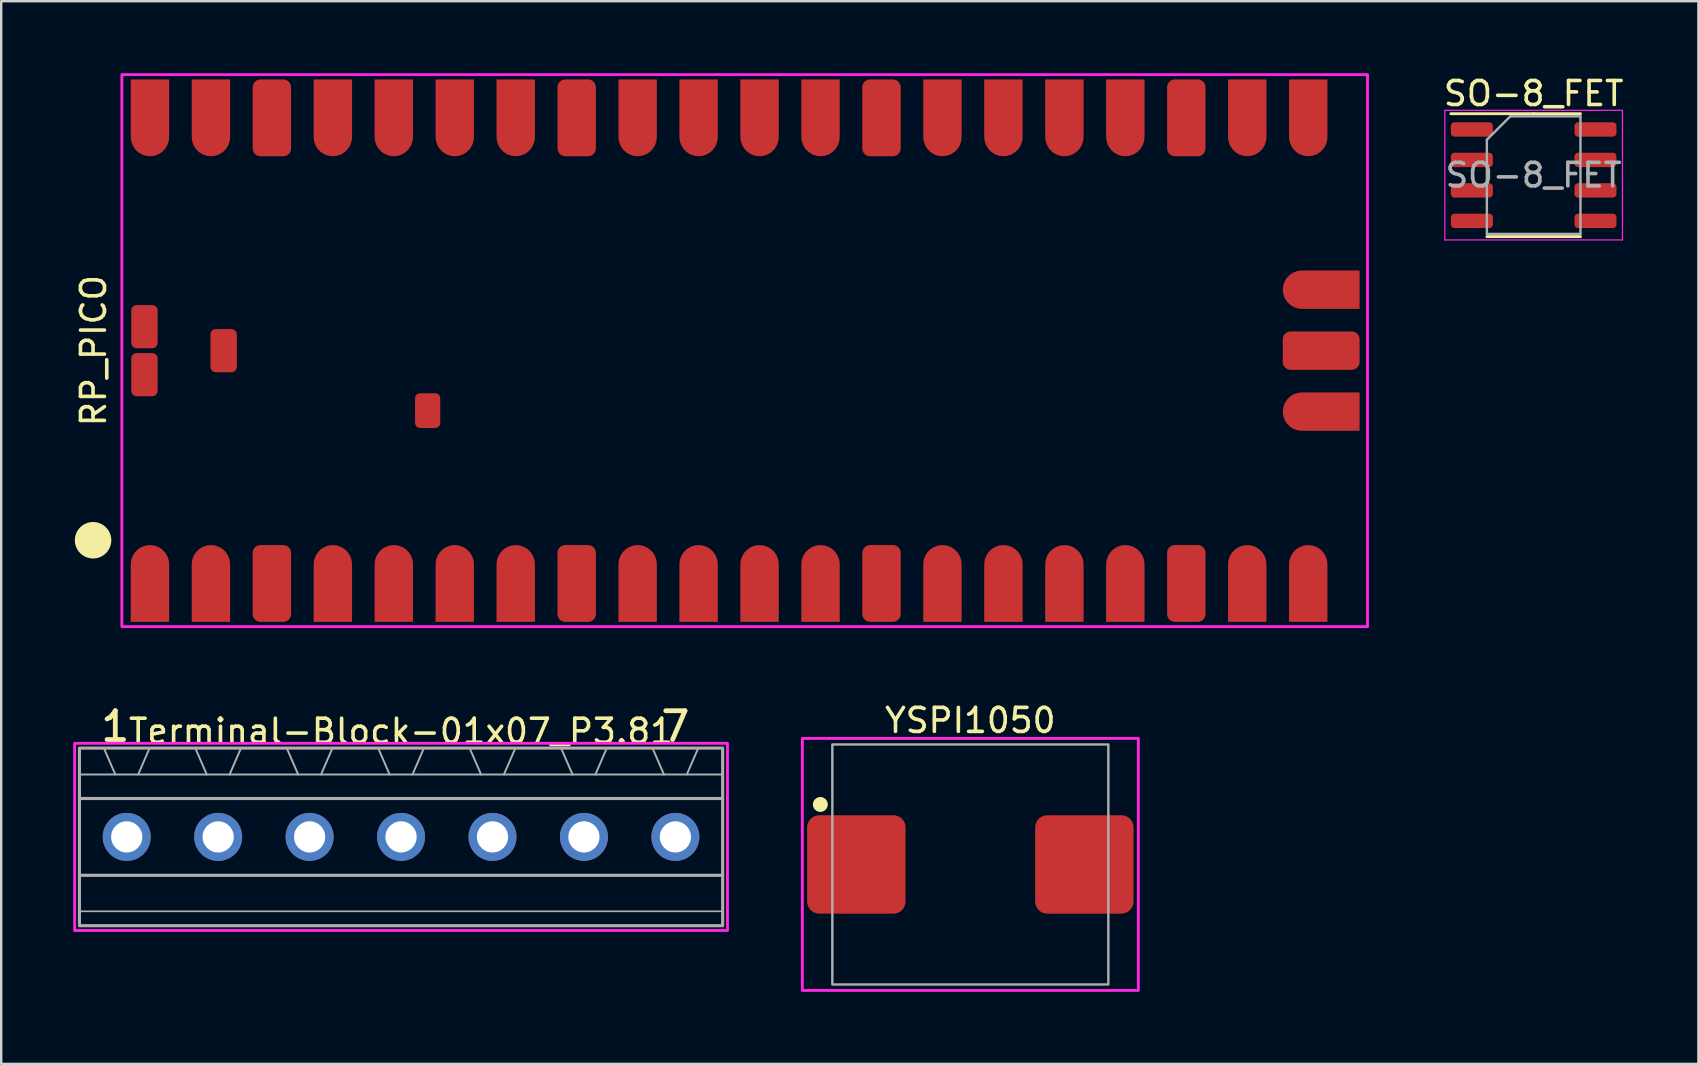
<source format=kicad_pcb>
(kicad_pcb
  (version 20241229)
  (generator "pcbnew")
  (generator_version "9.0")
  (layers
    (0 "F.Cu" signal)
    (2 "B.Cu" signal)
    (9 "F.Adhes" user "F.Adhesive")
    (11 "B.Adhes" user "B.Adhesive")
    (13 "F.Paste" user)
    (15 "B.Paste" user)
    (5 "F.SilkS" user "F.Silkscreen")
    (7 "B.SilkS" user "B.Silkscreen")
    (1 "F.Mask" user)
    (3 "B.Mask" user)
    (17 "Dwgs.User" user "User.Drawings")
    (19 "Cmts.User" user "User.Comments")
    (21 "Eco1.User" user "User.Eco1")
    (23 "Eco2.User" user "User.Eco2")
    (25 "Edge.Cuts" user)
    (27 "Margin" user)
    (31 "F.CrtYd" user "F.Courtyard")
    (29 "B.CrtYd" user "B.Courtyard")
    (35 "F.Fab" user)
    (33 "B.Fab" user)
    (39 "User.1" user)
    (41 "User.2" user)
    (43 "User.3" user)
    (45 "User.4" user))
  (footprint "Terminal-Block-01x07_P3.81"
    (layer "F.Cu")
    (at 13.66 31.82)
    (property "Reference" "Terminal-Block-01x07_P3.81" (at 0 -4.4 0) (unlocked yes) (layer "F.SilkS") (effects (font (size 1 1) (thickness 0.15))))
    (attr through_hole)
    (fp_rect (start 13.6 -3.9) (end -13.6 3.9) (stroke (width 0.12) (type default)) (fill no) (layer "F.CrtYd"))
    (fp_line (start -13.4 -2.6) (end 13.4 -2.6) (stroke (width 0.08) (type default)) (layer "F.Fab"))
    (fp_line (start -13.4 3.1) (end 13.4 3.1) (stroke (width 0.07) (type default)) (layer "F.Fab"))
    (fp_line (start -12.383 -3.7) (end -11.906 -2.6) (stroke (width 0.08) (type default)) (layer "F.Fab"))
    (fp_line (start -10.954 -2.6) (end -10.477 -3.7) (stroke (width 0.08) (type default)) (layer "F.Fab"))
    (fp_line (start -8.572 -3.7) (end -8.096 -2.6) (stroke (width 0.08) (type default)) (layer "F.Fab"))
    (fp_line (start -7.144 -2.6) (end -6.668 -3.7) (stroke (width 0.08) (type default)) (layer "F.Fab"))
    (fp_line (start -4.763 -3.7) (end -4.286 -2.6) (stroke (width 0.08) (type default)) (layer "F.Fab"))
    (fp_line (start -3.334 -2.6) (end -2.857 -3.7) (stroke (width 0.08) (type default)) (layer "F.Fab"))
    (fp_line (start -0.953 -3.7) (end -0.476 -2.6) (stroke (width 0.08) (type default)) (layer "F.Fab"))
    (fp_line (start 0.476 -2.6) (end 0.953 -3.7) (stroke (width 0.08) (type default)) (layer "F.Fab"))
    (fp_line (start 2.857 -3.7) (end 3.334 -2.6) (stroke (width 0.08) (type default)) (layer "F.Fab"))
    (fp_line (start 4.286 -2.6) (end 4.763 -3.7) (stroke (width 0.08) (type default)) (layer "F.Fab"))
    (fp_line (start 6.668 -3.7) (end 7.144 -2.6) (stroke (width 0.08) (type default)) (layer "F.Fab"))
    (fp_line (start 8.096 -2.6) (end 8.572 -3.7) (stroke (width 0.08) (type default)) (layer "F.Fab"))
    (fp_line (start 10.477 -3.7) (end 10.954 -2.6) (stroke (width 0.08) (type default)) (layer "F.Fab"))
    (fp_line (start 11.906 -2.6) (end 12.383 -3.7) (stroke (width 0.08) (type default)) (layer "F.Fab"))
    (fp_line (start 13.4 -1.6) (end -13.4 -1.6) (stroke (width 0.13) (type default)) (layer "F.Fab"))
    (fp_line (start 13.4 1.6) (end -13.4 1.6) (stroke (width 0.13) (type default)) (layer "F.Fab"))
    (fp_rect (start -13.4 -3.7) (end 13.4 3.7) (stroke (width 0.13) (type default)) (fill no) (layer "F.Fab"))
    (fp_text user "7" (at 11.43 -3.9 0) (unlocked yes) (layer "F.SilkS") (effects (font (size 1.2 1.2) (thickness 0.2) (bold yes)) (justify bottom)))
    (fp_text user "1" (at -11.906 -3.9 0) (unlocked yes) (layer "F.SilkS") (effects (font (size 1.2 1.2) (thickness 0.2) (bold yes)) (justify bottom)))
    (pad "1" thru_hole circle (at -11.43 0) (size 2 2) (drill 1.3) (layers "*.Cu" "*.Mask"))
    (pad "2" thru_hole circle (at -7.62 0) (size 2 2) (drill 1.3) (layers "*.Cu" "*.Mask"))
    (pad "3" thru_hole circle (at -3.81 0) (size 2 2) (drill 1.3) (layers "*.Cu" "*.Mask"))
    (pad "4" thru_hole circle (at 0 0) (size 2 2) (drill 1.3) (layers "*.Cu" "*.Mask"))
    (pad "5" thru_hole circle (at 3.81 0) (size 2 2) (drill 1.3) (layers "*.Cu" "*.Mask"))
    (pad "6" thru_hole circle (at 7.62 0) (size 2 2) (drill 1.3) (layers "*.Cu" "*.Mask"))
    (pad "7" thru_hole circle (at 11.43 0) (size 2 2) (drill 1.3) (layers "*.Cu" "*.Mask")))
  (footprint "SO-8_FET"
    (layer "F.Cu")
    (at 60.851 4.248)
    (property "Reference" "SO-8_FET" (at 0 -3.4 0) (layer "F.SilkS") (effects (font (size 1 1) (thickness 0.15))))
    (attr smd)
    (fp_line (start 0 -2.56) (end -3.45 -2.56) (stroke (width 0.12) (type solid)) (layer "F.SilkS"))
    (fp_line (start 0 -2.56) (end 1.95 -2.56) (stroke (width 0.12) (type solid)) (layer "F.SilkS"))
    (fp_line (start 0 2.56) (end -1.95 2.56) (stroke (width 0.12) (type solid)) (layer "F.SilkS"))
    (fp_line (start 0 2.56) (end 1.95 2.56) (stroke (width 0.12) (type solid)) (layer "F.SilkS"))
    (fp_line (start -3.7 -2.7) (end -3.7 2.7) (stroke (width 0.05) (type solid)) (layer "F.CrtYd"))
    (fp_line (start -3.7 2.7) (end 3.7 2.7) (stroke (width 0.05) (type solid)) (layer "F.CrtYd"))
    (fp_line (start 3.7 -2.7) (end -3.7 -2.7) (stroke (width 0.05) (type solid)) (layer "F.CrtYd"))
    (fp_line (start 3.7 2.7) (end 3.7 -2.7) (stroke (width 0.05) (type solid)) (layer "F.CrtYd"))
    (fp_line (start -1.95 -1.475) (end -0.975 -2.45) (stroke (width 0.1) (type solid)) (layer "F.Fab"))
    (fp_line (start -1.95 2.45) (end -1.95 -1.475) (stroke (width 0.1) (type solid)) (layer "F.Fab"))
    (fp_line (start -0.975 -2.45) (end 1.95 -2.45) (stroke (width 0.1) (type solid)) (layer "F.Fab"))
    (fp_line (start 1.95 -2.45) (end 1.95 2.45) (stroke (width 0.1) (type solid)) (layer "F.Fab"))
    (fp_line (start 1.95 2.45) (end -1.95 2.45) (stroke (width 0.1) (type solid)) (layer "F.Fab"))
    (fp_text user "${REFERENCE}" (at 0 0 0) (layer "F.Fab") (effects (font (size 0.98 0.98) (thickness 0.15))))
    (pad "1" smd roundrect (at -2.575 -1.905) (size 1.75 0.6) (layers "F.Cu" "F.Mask" "F.Paste") (roundrect_rratio 0.25))
    (pad "1" smd roundrect (at -2.575 -0.635) (size 1.75 0.6) (layers "F.Cu" "F.Mask" "F.Paste") (roundrect_rratio 0.25))
    (pad "1" smd roundrect (at -2.575 0.635) (size 1.75 0.6) (layers "F.Cu" "F.Mask" "F.Paste") (roundrect_rratio 0.25))
    (pad "4" smd roundrect (at -2.575 1.905) (size 1.75 0.6) (layers "F.Cu" "F.Mask" "F.Paste") (roundrect_rratio 0.25))
    (pad "5" smd roundrect (at 2.575 -1.905) (size 1.75 0.6) (layers "F.Cu" "F.Mask" "F.Paste") (roundrect_rratio 0.25))
    (pad "5" smd roundrect (at 2.575 -0.635) (size 1.75 0.6) (layers "F.Cu" "F.Mask" "F.Paste") (roundrect_rratio 0.25))
    (pad "5" smd roundrect (at 2.575 0.635) (size 1.75 0.6) (layers "F.Cu" "F.Mask" "F.Paste") (roundrect_rratio 0.25))
    (pad "5" smd roundrect (at 2.575 1.905) (size 1.75 0.6) (layers "F.Cu" "F.Mask" "F.Paste") (roundrect_rratio 0.25)))
  (footprint "RP_PICO"
    (layer "F.Cu")
    (at 27.328 11.56)
    (property "Reference" "RP_PICO" (at -26.48 0 90) (layer "F.SilkS") (effects (font (size 1 1) (thickness 0.15))))
    (attr through_hole)
    (fp_circle (center -26.5 7.9) (end -25.8 7.9) (stroke (width 0.12) (type solid)) (fill yes) (layer "F.SilkS"))
    (fp_rect (start -25.3 -11.5) (end 26.6 11.5) (stroke (width 0.12) (type solid)) (fill no) (layer "F.CrtYd"))
    (pad "1" smd roundrect (at -24.13 9.7 180) (size 1.6 3.2) (layers "F.Cu" "F.Mask" "F.Paste") (roundrect_rratio 0.5) (chamfer_ratio 0) (chamfer top_left top_right))
    (pad "2" smd roundrect (at -21.59 9.7 180) (size 1.6 3.2) (layers "F.Cu" "F.Mask" "F.Paste") (roundrect_rratio 0.5) (chamfer_ratio 0) (chamfer top_left top_right))
    (pad "3" smd roundrect (at -19.05 9.7 180) (size 1.6 3.2) (layers "F.Cu" "F.Mask" "F.Paste") (roundrect_rratio 0.2))
    (pad "4" smd roundrect (at -16.51 9.7 180) (size 1.6 3.2) (layers "F.Cu" "F.Mask" "F.Paste") (roundrect_rratio 0.5) (chamfer_ratio 0) (chamfer top_left top_right))
    (pad "5" smd roundrect (at -13.97 9.7 180) (size 1.6 3.2) (layers "F.Cu" "F.Mask" "F.Paste") (roundrect_rratio 0.5) (chamfer_ratio 0) (chamfer top_left top_right))
    (pad "6" smd roundrect (at -11.43 9.7 180) (size 1.6 3.2) (layers "F.Cu" "F.Mask" "F.Paste") (roundrect_rratio 0.5) (chamfer_ratio 0) (chamfer top_left top_right))
    (pad "7" smd roundrect (at -8.89 9.7 180) (size 1.6 3.2) (layers "F.Cu" "F.Mask" "F.Paste") (roundrect_rratio 0.5) (chamfer_ratio 0) (chamfer top_left top_right))
    (pad "8" smd roundrect (at -6.35 9.7 180) (size 1.6 3.2) (layers "F.Cu" "F.Mask" "F.Paste") (roundrect_rratio 0.2))
    (pad "9" smd roundrect (at -3.81 9.7 180) (size 1.6 3.2) (layers "F.Cu" "F.Mask" "F.Paste") (roundrect_rratio 0.5) (chamfer_ratio 0) (chamfer top_left top_right))
    (pad "10" smd roundrect (at -1.27 9.7 180) (size 1.6 3.2) (layers "F.Cu" "F.Mask" "F.Paste") (roundrect_rratio 0.5) (chamfer_ratio 0) (chamfer top_left top_right))
    (pad "11" smd roundrect (at 1.27 9.7 180) (size 1.6 3.2) (layers "F.Cu" "F.Mask" "F.Paste") (roundrect_rratio 0.5) (chamfer_ratio 0) (chamfer top_left top_right))
    (pad "12" smd roundrect (at 3.81 9.7 180) (size 1.6 3.2) (layers "F.Cu" "F.Mask" "F.Paste") (roundrect_rratio 0.5) (chamfer_ratio 0) (chamfer top_left top_right))
    (pad "13" smd roundrect (at 6.35 9.7 180) (size 1.6 3.2) (layers "F.Cu" "F.Mask" "F.Paste") (roundrect_rratio 0.2))
    (pad "14" smd roundrect (at 8.89 9.7 180) (size 1.6 3.2) (layers "F.Cu" "F.Mask" "F.Paste") (roundrect_rratio 0.5) (chamfer_ratio 0) (chamfer top_left top_right))
    (pad "15" smd roundrect (at 11.43 9.7 180) (size 1.6 3.2) (layers "F.Cu" "F.Mask" "F.Paste") (roundrect_rratio 0.5) (chamfer_ratio 0) (chamfer top_left top_right))
    (pad "16" smd roundrect (at 13.97 9.7 180) (size 1.6 3.2) (layers "F.Cu" "F.Mask" "F.Paste") (roundrect_rratio 0.5) (chamfer_ratio 0) (chamfer top_left top_right))
    (pad "17" smd roundrect (at 16.51 9.7 180) (size 1.6 3.2) (layers "F.Cu" "F.Mask" "F.Paste") (roundrect_rratio 0.5) (chamfer_ratio 0) (chamfer top_left top_right))
    (pad "18" smd roundrect (at 19.05 9.7 180) (size 1.6 3.2) (layers "F.Cu" "F.Mask" "F.Paste") (roundrect_rratio 0.2))
    (pad "19" smd roundrect (at 21.59 9.7 180) (size 1.6 3.2) (layers "F.Cu" "F.Mask" "F.Paste") (roundrect_rratio 0.5) (chamfer_ratio 0) (chamfer top_left top_right))
    (pad "20" smd roundrect (at 24.13 9.7 180) (size 1.6 3.2) (layers "F.Cu" "F.Mask" "F.Paste") (roundrect_rratio 0.5) (chamfer_ratio 0) (chamfer top_left top_right))
    (pad "21" smd roundrect (at 24.13 -9.7) (size 1.6 3.2) (layers "F.Cu" "F.Mask" "F.Paste") (roundrect_rratio 0.5) (chamfer_ratio 0) (chamfer top_left top_right))
    (pad "22" smd roundrect (at 21.59 -9.7) (size 1.6 3.2) (layers "F.Cu" "F.Mask" "F.Paste") (roundrect_rratio 0.5) (chamfer_ratio 0) (chamfer top_left top_right))
    (pad "23" smd roundrect (at 19.05 -9.7 180) (size 1.6 3.2) (layers "F.Cu" "F.Mask" "F.Paste") (roundrect_rratio 0.2))
    (pad "24" smd roundrect (at 16.51 -9.7) (size 1.6 3.2) (layers "F.Cu" "F.Mask" "F.Paste") (roundrect_rratio 0.5) (chamfer_ratio 0) (chamfer top_left top_right))
    (pad "25" smd roundrect (at 13.97 -9.7) (size 1.6 3.2) (layers "F.Cu" "F.Mask" "F.Paste") (roundrect_rratio 0.5) (chamfer_ratio 0) (chamfer top_left top_right))
    (pad "26" smd roundrect (at 11.43 -9.7) (size 1.6 3.2) (layers "F.Cu" "F.Mask" "F.Paste") (roundrect_rratio 0.5) (chamfer_ratio 0) (chamfer top_left top_right))
    (pad "27" smd roundrect (at 8.89 -9.7) (size 1.6 3.2) (layers "F.Cu" "F.Mask" "F.Paste") (roundrect_rratio 0.5) (chamfer_ratio 0) (chamfer top_left top_right))
    (pad "28" smd roundrect (at 6.35 -9.7 180) (size 1.6 3.2) (layers "F.Cu" "F.Mask" "F.Paste") (roundrect_rratio 0.2))
    (pad "29" smd roundrect (at 3.81 -9.7) (size 1.6 3.2) (layers "F.Cu" "F.Mask" "F.Paste") (roundrect_rratio 0.5) (chamfer_ratio 0) (chamfer top_left top_right))
    (pad "30" smd roundrect (at 1.27 -9.7) (size 1.6 3.2) (layers "F.Cu" "F.Mask" "F.Paste") (roundrect_rratio 0.5) (chamfer_ratio 0) (chamfer top_left top_right))
    (pad "31" smd roundrect (at -1.27 -9.7) (size 1.6 3.2) (layers "F.Cu" "F.Mask" "F.Paste") (roundrect_rratio 0.5) (chamfer_ratio 0) (chamfer top_left top_right))
    (pad "32" smd roundrect (at -3.81 -9.7) (size 1.6 3.2) (layers "F.Cu" "F.Mask" "F.Paste") (roundrect_rratio 0.5) (chamfer_ratio 0) (chamfer top_left top_right))
    (pad "33" smd roundrect (at -6.35 -9.7 180) (size 1.6 3.2) (layers "F.Cu" "F.Mask" "F.Paste") (roundrect_rratio 0.2))
    (pad "34" smd roundrect (at -8.89 -9.7) (size 1.6 3.2) (layers "F.Cu" "F.Mask" "F.Paste") (roundrect_rratio 0.5) (chamfer_ratio 0) (chamfer top_left top_right))
    (pad "35" smd roundrect (at -11.43 -9.7) (size 1.6 3.2) (layers "F.Cu" "F.Mask" "F.Paste") (roundrect_rratio 0.5) (chamfer_ratio 0) (chamfer top_left top_right))
    (pad "36" smd roundrect (at -13.97 -9.7) (size 1.6 3.2) (layers "F.Cu" "F.Mask" "F.Paste") (roundrect_rratio 0.5) (chamfer_ratio 0) (chamfer top_left top_right))
    (pad "37" smd roundrect (at -16.51 -9.7) (size 1.6 3.2) (layers "F.Cu" "F.Mask" "F.Paste") (roundrect_rratio 0.5) (chamfer_ratio 0) (chamfer top_left top_right))
    (pad "38" smd roundrect (at -19.05 -9.7 180) (size 1.6 3.2) (layers "F.Cu" "F.Mask" "F.Paste") (roundrect_rratio 0.2))
    (pad "39" smd roundrect (at -21.59 -9.7) (size 1.6 3.2) (layers "F.Cu" "F.Mask" "F.Paste") (roundrect_rratio 0.5) (chamfer_ratio 0) (chamfer top_left top_right))
    (pad "40" smd roundrect (at -24.13 -9.7) (size 1.6 3.2) (layers "F.Cu" "F.Mask" "F.Paste") (roundrect_rratio 0.5) (chamfer_ratio 0) (chamfer top_left top_right))
    (pad "41" smd roundrect (at -24.36 1) (size 1.1 1.8) (layers "F.Cu" "F.Mask" "F.Paste") (roundrect_rratio 0.2))
    (pad "42" smd roundrect (at -24.36 -1) (size 1.1 1.8) (layers "F.Cu" "F.Mask" "F.Paste") (roundrect_rratio 0.2))
    (pad "43" smd roundrect (at -21.06 0) (size 1.1 1.8) (layers "F.Cu" "F.Mask" "F.Paste") (roundrect_rratio 0.2))
    (pad "44" smd roundrect (at -12.56 2.5) (size 1.05 1.45) (layers "F.Cu" "F.Mask" "F.Paste") (roundrect_rratio 0.2))
    (pad "45" smd roundrect (at 24.67 2.54 270) (size 1.6 3.2) (layers "F.Cu" "F.Mask" "F.Paste") (roundrect_rratio 0.5) (chamfer_ratio 0) (chamfer top_left top_right))
    (pad "46" smd roundrect (at 24.67 0 270) (size 1.6 3.2) (layers "F.Cu" "F.Mask" "F.Paste") (roundrect_rratio 0.2))
    (pad "47" smd roundrect (at 24.67 -2.54 270) (size 1.6 3.2) (layers "F.Cu" "F.Mask" "F.Paste") (roundrect_rratio 0.5) (chamfer_ratio 0) (chamfer top_left top_right)))
  (footprint "YSPI1050"
    (layer "F.Cu")
    (at 37.38 32.968)
    (property "Reference" "YSPI1050" (at 0 -6 0) (unlocked yes) (layer "F.SilkS") (effects (font (size 1 1) (thickness 0.15))))
    (attr smd)
    (fp_circle (center -6.25 -2.5) (end -6 -2.5) (stroke (width 0.12) (type solid)) (fill yes) (layer "F.SilkS"))
    (fp_rect (start -7 -5.25) (end 7 5.25) (stroke (width 0.12) (type solid)) (fill no) (layer "F.CrtYd"))
    (fp_rect (start -5.75 -5) (end 5.75 5) (stroke (width 0.1) (type solid)) (fill no) (layer "F.Fab"))
    (pad "1" smd roundrect (at -4.75 0) (size 4.1 4.1) (layers "F.Cu" "F.Mask" "F.Paste") (roundrect_rratio 0.122))
    (pad "2" smd roundrect (at 4.75 0) (size 4.1 4.1) (layers "F.Cu" "F.Mask" "F.Paste") (roundrect_rratio 0.122)))
  (gr_rect
    (start -3 -3)
    (end 67.714 41.278)
    (stroke (width 0.1) (type default))
    (fill no)
    (layer "Edge.Cuts")))
</source>
